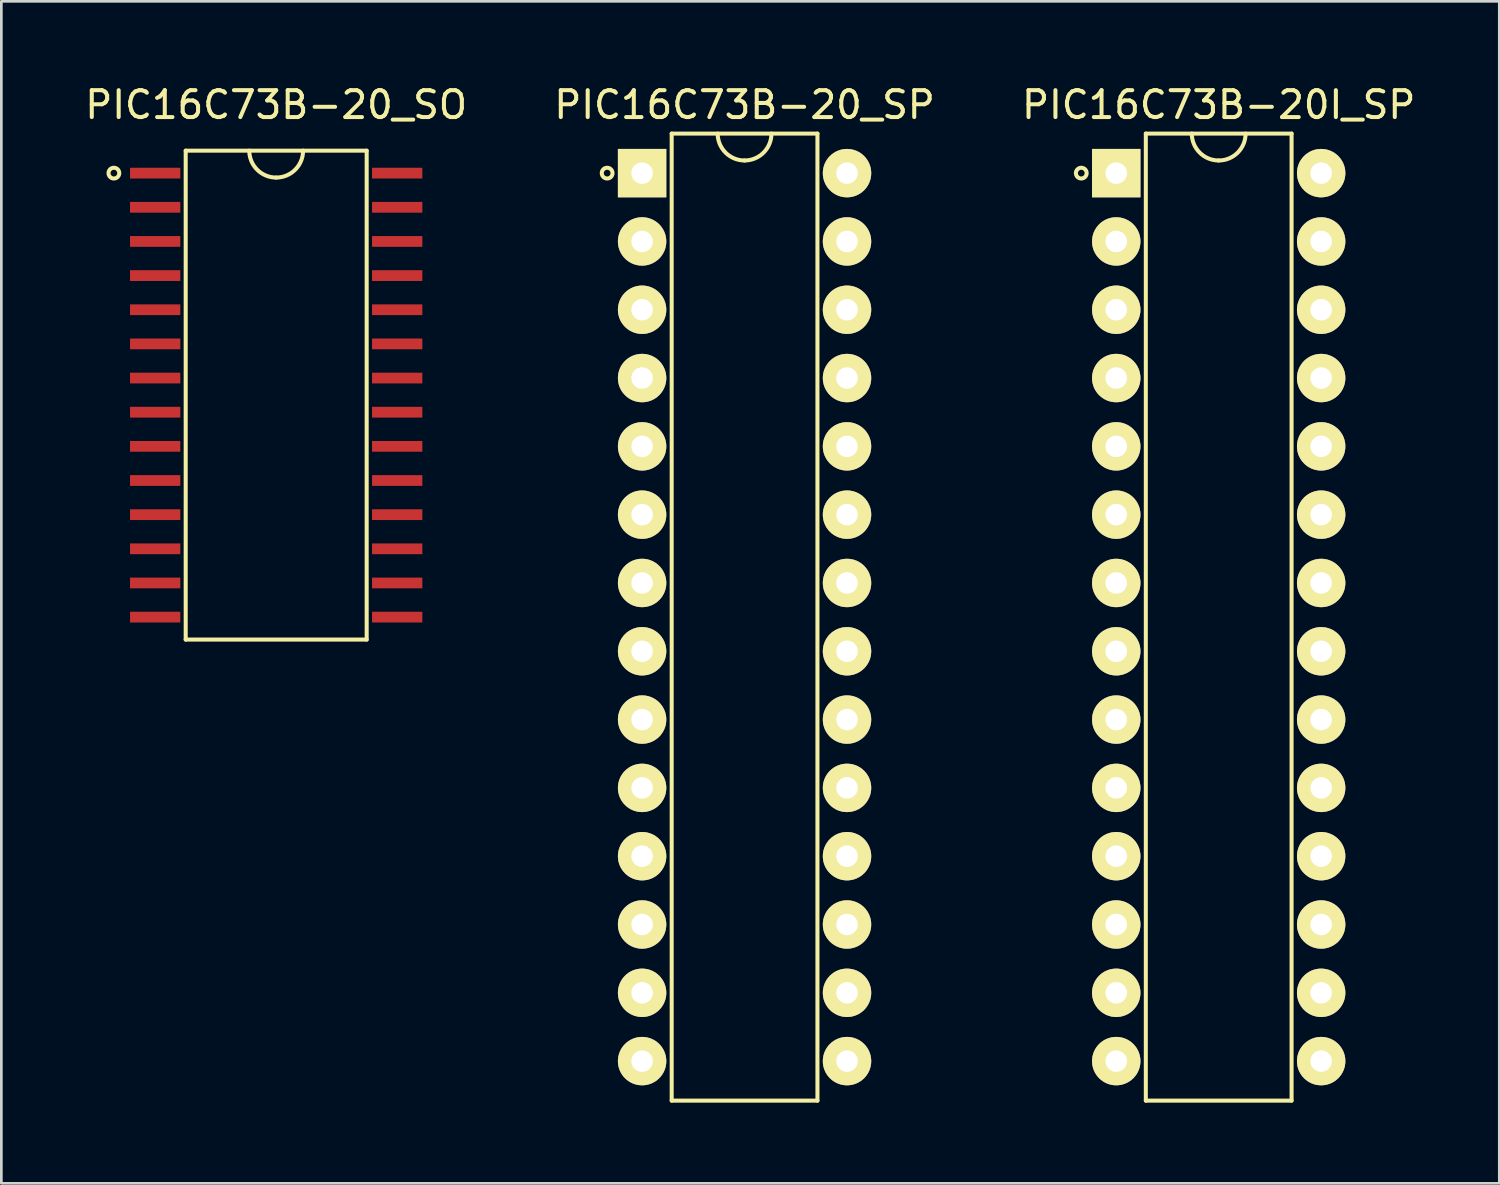
<source format=kicad_pcb>
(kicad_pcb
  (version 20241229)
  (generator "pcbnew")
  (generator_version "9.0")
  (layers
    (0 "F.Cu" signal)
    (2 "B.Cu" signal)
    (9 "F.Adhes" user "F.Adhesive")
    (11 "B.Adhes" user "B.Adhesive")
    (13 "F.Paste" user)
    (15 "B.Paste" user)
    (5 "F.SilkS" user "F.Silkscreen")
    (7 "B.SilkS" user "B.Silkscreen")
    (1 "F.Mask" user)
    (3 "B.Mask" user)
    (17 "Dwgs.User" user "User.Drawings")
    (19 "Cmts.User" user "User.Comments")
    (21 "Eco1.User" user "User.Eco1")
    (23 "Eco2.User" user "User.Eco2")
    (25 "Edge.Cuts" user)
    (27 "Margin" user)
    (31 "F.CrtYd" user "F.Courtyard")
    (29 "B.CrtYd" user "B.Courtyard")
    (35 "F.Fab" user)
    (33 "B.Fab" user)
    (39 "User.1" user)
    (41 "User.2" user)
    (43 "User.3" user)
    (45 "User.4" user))
  (footprint "PIC16C73B-20I_SP"
    (layer "F.Cu")
    (at 38.458 3.388)
    (property "Reference" "PIC16C73B-20I_SP" (at 3.81 -2.54 0) (layer "F.SilkS") (effects (font (size 1 1) (thickness 0.15))))
    (attr through_hole)
    (fp_line (start 1.1 -1.47) (end 6.52 -1.47) (stroke (width 0.15) (type solid)) (layer "F.SilkS"))
    (fp_line (start 1.1 34.49) (end 1.1 -1.47) (stroke (width 0.15) (type solid)) (layer "F.SilkS"))
    (fp_line (start 6.52 -1.47) (end 6.52 34.49) (stroke (width 0.15) (type solid)) (layer "F.SilkS"))
    (fp_line (start 6.52 34.49) (end 1.1 34.49) (stroke (width 0.15) (type solid)) (layer "F.SilkS"))
    (fp_arc (start 3.81 -0.47) (mid 3.102893 -0.762893) (end 2.81 -1.47) (stroke (width 0.15) (type solid)) (layer "F.SilkS"))
    (fp_arc (start 4.81 -1.47) (mid 4.517107 -0.762893) (end 3.81 -0.47) (stroke (width 0.15) (type solid)) (layer "F.SilkS"))
    (fp_circle (center -1.3 0) (end -1.3 0.2) (stroke (width 0.15) (type solid)) (fill no) (layer "F.SilkS"))
    (pad "1" thru_hole rect (at 0 0) (size 1.8 1.8) (drill 0.8) (layers "*.Cu" "*.Mask" "F.SilkS"))
    (pad "2" thru_hole circle (at 0 2.54) (size 1.8 1.8) (drill 0.8) (layers "*.Cu" "*.Mask" "F.SilkS"))
    (pad "3" thru_hole circle (at 0 5.08) (size 1.8 1.8) (drill 0.8) (layers "*.Cu" "*.Mask" "F.SilkS"))
    (pad "4" thru_hole circle (at 0 7.62) (size 1.8 1.8) (drill 0.8) (layers "*.Cu" "*.Mask" "F.SilkS"))
    (pad "5" thru_hole circle (at 0 10.16) (size 1.8 1.8) (drill 0.8) (layers "*.Cu" "*.Mask" "F.SilkS"))
    (pad "6" thru_hole circle (at 0 12.7) (size 1.8 1.8) (drill 0.8) (layers "*.Cu" "*.Mask" "F.SilkS"))
    (pad "7" thru_hole circle (at 0 15.24) (size 1.8 1.8) (drill 0.8) (layers "*.Cu" "*.Mask" "F.SilkS"))
    (pad "8" thru_hole circle (at 0 17.78) (size 1.8 1.8) (drill 0.8) (layers "*.Cu" "*.Mask" "F.SilkS"))
    (pad "9" thru_hole circle (at 0 20.32) (size 1.8 1.8) (drill 0.8) (layers "*.Cu" "*.Mask" "F.SilkS"))
    (pad "10" thru_hole circle (at 0 22.86) (size 1.8 1.8) (drill 0.8) (layers "*.Cu" "*.Mask" "F.SilkS"))
    (pad "11" thru_hole circle (at 0 25.4) (size 1.8 1.8) (drill 0.8) (layers "*.Cu" "*.Mask" "F.SilkS"))
    (pad "12" thru_hole circle (at 0 27.94) (size 1.8 1.8) (drill 0.8) (layers "*.Cu" "*.Mask" "F.SilkS"))
    (pad "13" thru_hole circle (at 0 30.48) (size 1.8 1.8) (drill 0.8) (layers "*.Cu" "*.Mask" "F.SilkS"))
    (pad "14" thru_hole circle (at 0 33.02) (size 1.8 1.8) (drill 0.8) (layers "*.Cu" "*.Mask" "F.SilkS"))
    (pad "15" thru_hole circle (at 7.62 33.02) (size 1.8 1.8) (drill 0.8) (layers "*.Cu" "*.Mask" "F.SilkS"))
    (pad "16" thru_hole circle (at 7.62 30.48) (size 1.8 1.8) (drill 0.8) (layers "*.Cu" "*.Mask" "F.SilkS"))
    (pad "17" thru_hole circle (at 7.62 27.94) (size 1.8 1.8) (drill 0.8) (layers "*.Cu" "*.Mask" "F.SilkS"))
    (pad "18" thru_hole circle (at 7.62 25.4) (size 1.8 1.8) (drill 0.8) (layers "*.Cu" "*.Mask" "F.SilkS"))
    (pad "19" thru_hole circle (at 7.62 22.86) (size 1.8 1.8) (drill 0.8) (layers "*.Cu" "*.Mask" "F.SilkS"))
    (pad "20" thru_hole circle (at 7.62 20.32) (size 1.8 1.8) (drill 0.8) (layers "*.Cu" "*.Mask" "F.SilkS"))
    (pad "21" thru_hole circle (at 7.62 17.78) (size 1.8 1.8) (drill 0.8) (layers "*.Cu" "*.Mask" "F.SilkS"))
    (pad "22" thru_hole circle (at 7.62 15.24) (size 1.8 1.8) (drill 0.8) (layers "*.Cu" "*.Mask" "F.SilkS"))
    (pad "23" thru_hole circle (at 7.62 12.7) (size 1.8 1.8) (drill 0.8) (layers "*.Cu" "*.Mask" "F.SilkS"))
    (pad "24" thru_hole circle (at 7.62 10.16) (size 1.8 1.8) (drill 0.8) (layers "*.Cu" "*.Mask" "F.SilkS"))
    (pad "25" thru_hole circle (at 7.62 7.62) (size 1.8 1.8) (drill 0.8) (layers "*.Cu" "*.Mask" "F.SilkS"))
    (pad "26" thru_hole circle (at 7.62 5.08) (size 1.8 1.8) (drill 0.8) (layers "*.Cu" "*.Mask" "F.SilkS"))
    (pad "27" thru_hole circle (at 7.62 2.54) (size 1.8 1.8) (drill 0.8) (layers "*.Cu" "*.Mask" "F.SilkS"))
    (pad "28" thru_hole circle (at 7.62 0) (size 1.8 1.8) (drill 0.8) (layers "*.Cu" "*.Mask" "F.SilkS")))
  (footprint "PIC16C73B-20_SO"
    (layer "F.Cu")
    (at 2.72 3.388)
    (property "Reference" "PIC16C73B-20_SO" (at 4.5 -2.54 0) (layer "F.SilkS") (effects (font (size 1 1) (thickness 0.15))))
    (attr through_hole)
    (fp_line (start 1.135 -0.835) (end 7.865 -0.835) (stroke (width 0.15) (type solid)) (layer "F.SilkS"))
    (fp_line (start 1.135 17.345) (end 1.135 -0.835) (stroke (width 0.15) (type solid)) (layer "F.SilkS"))
    (fp_line (start 7.865 -0.835) (end 7.865 17.345) (stroke (width 0.15) (type solid)) (layer "F.SilkS"))
    (fp_line (start 7.865 17.345) (end 1.135 17.345) (stroke (width 0.15) (type solid)) (layer "F.SilkS"))
    (fp_arc (start 4.5 0.165) (mid 3.792893 -0.127893) (end 3.5 -0.835) (stroke (width 0.15) (type solid)) (layer "F.SilkS"))
    (fp_arc (start 5.5 -0.835) (mid 5.207107 -0.127893) (end 4.5 0.165) (stroke (width 0.15) (type solid)) (layer "F.SilkS"))
    (fp_circle (center -1.535 0) (end -1.535 0.2) (stroke (width 0.15) (type solid)) (fill no) (layer "F.SilkS"))
    (pad "1" smd rect (at 0 0) (size 1.87 0.4) (layers "F.Cu" "F.Mask" "F.Paste"))
    (pad "2" smd rect (at 0 1.27) (size 1.87 0.4) (layers "F.Cu" "F.Mask" "F.Paste"))
    (pad "3" smd rect (at 0 2.54) (size 1.87 0.4) (layers "F.Cu" "F.Mask" "F.Paste"))
    (pad "4" smd rect (at 0 3.81) (size 1.87 0.4) (layers "F.Cu" "F.Mask" "F.Paste"))
    (pad "5" smd rect (at 0 5.08) (size 1.87 0.4) (layers "F.Cu" "F.Mask" "F.Paste"))
    (pad "6" smd rect (at 0 6.35) (size 1.87 0.4) (layers "F.Cu" "F.Mask" "F.Paste"))
    (pad "7" smd rect (at 0 7.62) (size 1.87 0.4) (layers "F.Cu" "F.Mask" "F.Paste"))
    (pad "8" smd rect (at 0 8.89) (size 1.87 0.4) (layers "F.Cu" "F.Mask" "F.Paste"))
    (pad "9" smd rect (at 0 10.16) (size 1.87 0.4) (layers "F.Cu" "F.Mask" "F.Paste"))
    (pad "10" smd rect (at 0 11.43) (size 1.87 0.4) (layers "F.Cu" "F.Mask" "F.Paste"))
    (pad "11" smd rect (at 0 12.7) (size 1.87 0.4) (layers "F.Cu" "F.Mask" "F.Paste"))
    (pad "12" smd rect (at 0 13.97) (size 1.87 0.4) (layers "F.Cu" "F.Mask" "F.Paste"))
    (pad "13" smd rect (at 0 15.24) (size 1.87 0.4) (layers "F.Cu" "F.Mask" "F.Paste"))
    (pad "14" smd rect (at 0 16.51) (size 1.87 0.4) (layers "F.Cu" "F.Mask" "F.Paste"))
    (pad "15" smd rect (at 9 16.51) (size 1.87 0.4) (layers "F.Cu" "F.Mask" "F.Paste"))
    (pad "16" smd rect (at 9 15.24) (size 1.87 0.4) (layers "F.Cu" "F.Mask" "F.Paste"))
    (pad "17" smd rect (at 9 13.97) (size 1.87 0.4) (layers "F.Cu" "F.Mask" "F.Paste"))
    (pad "18" smd rect (at 9 12.7) (size 1.87 0.4) (layers "F.Cu" "F.Mask" "F.Paste"))
    (pad "19" smd rect (at 9 11.43) (size 1.87 0.4) (layers "F.Cu" "F.Mask" "F.Paste"))
    (pad "20" smd rect (at 9 10.16) (size 1.87 0.4) (layers "F.Cu" "F.Mask" "F.Paste"))
    (pad "21" smd rect (at 9 8.89) (size 1.87 0.4) (layers "F.Cu" "F.Mask" "F.Paste"))
    (pad "22" smd rect (at 9 7.62) (size 1.87 0.4) (layers "F.Cu" "F.Mask" "F.Paste"))
    (pad "23" smd rect (at 9 6.35) (size 1.87 0.4) (layers "F.Cu" "F.Mask" "F.Paste"))
    (pad "24" smd rect (at 9 5.08) (size 1.87 0.4) (layers "F.Cu" "F.Mask" "F.Paste"))
    (pad "25" smd rect (at 9 3.81) (size 1.87 0.4) (layers "F.Cu" "F.Mask" "F.Paste"))
    (pad "26" smd rect (at 9 2.54) (size 1.87 0.4) (layers "F.Cu" "F.Mask" "F.Paste"))
    (pad "27" smd rect (at 9 1.27) (size 1.87 0.4) (layers "F.Cu" "F.Mask" "F.Paste"))
    (pad "28" smd rect (at 9 0) (size 1.87 0.4) (layers "F.Cu" "F.Mask" "F.Paste")))
  (footprint "PIC16C73B-20_SP"
    (layer "F.Cu")
    (at 20.827 3.388)
    (property "Reference" "PIC16C73B-20_SP" (at 3.81 -2.54 0) (layer "F.SilkS") (effects (font (size 1 1) (thickness 0.15))))
    (attr through_hole)
    (fp_line (start 1.1 -1.47) (end 6.52 -1.47) (stroke (width 0.15) (type solid)) (layer "F.SilkS"))
    (fp_line (start 1.1 34.49) (end 1.1 -1.47) (stroke (width 0.15) (type solid)) (layer "F.SilkS"))
    (fp_line (start 6.52 -1.47) (end 6.52 34.49) (stroke (width 0.15) (type solid)) (layer "F.SilkS"))
    (fp_line (start 6.52 34.49) (end 1.1 34.49) (stroke (width 0.15) (type solid)) (layer "F.SilkS"))
    (fp_arc (start 3.81 -0.47) (mid 3.102893 -0.762893) (end 2.81 -1.47) (stroke (width 0.15) (type solid)) (layer "F.SilkS"))
    (fp_arc (start 4.81 -1.47) (mid 4.517107 -0.762893) (end 3.81 -0.47) (stroke (width 0.15) (type solid)) (layer "F.SilkS"))
    (fp_circle (center -1.3 0) (end -1.3 0.2) (stroke (width 0.15) (type solid)) (fill no) (layer "F.SilkS"))
    (pad "1" thru_hole rect (at 0 0) (size 1.8 1.8) (drill 0.8) (layers "*.Cu" "*.Mask" "F.SilkS"))
    (pad "2" thru_hole circle (at 0 2.54) (size 1.8 1.8) (drill 0.8) (layers "*.Cu" "*.Mask" "F.SilkS"))
    (pad "3" thru_hole circle (at 0 5.08) (size 1.8 1.8) (drill 0.8) (layers "*.Cu" "*.Mask" "F.SilkS"))
    (pad "4" thru_hole circle (at 0 7.62) (size 1.8 1.8) (drill 0.8) (layers "*.Cu" "*.Mask" "F.SilkS"))
    (pad "5" thru_hole circle (at 0 10.16) (size 1.8 1.8) (drill 0.8) (layers "*.Cu" "*.Mask" "F.SilkS"))
    (pad "6" thru_hole circle (at 0 12.7) (size 1.8 1.8) (drill 0.8) (layers "*.Cu" "*.Mask" "F.SilkS"))
    (pad "7" thru_hole circle (at 0 15.24) (size 1.8 1.8) (drill 0.8) (layers "*.Cu" "*.Mask" "F.SilkS"))
    (pad "8" thru_hole circle (at 0 17.78) (size 1.8 1.8) (drill 0.8) (layers "*.Cu" "*.Mask" "F.SilkS"))
    (pad "9" thru_hole circle (at 0 20.32) (size 1.8 1.8) (drill 0.8) (layers "*.Cu" "*.Mask" "F.SilkS"))
    (pad "10" thru_hole circle (at 0 22.86) (size 1.8 1.8) (drill 0.8) (layers "*.Cu" "*.Mask" "F.SilkS"))
    (pad "11" thru_hole circle (at 0 25.4) (size 1.8 1.8) (drill 0.8) (layers "*.Cu" "*.Mask" "F.SilkS"))
    (pad "12" thru_hole circle (at 0 27.94) (size 1.8 1.8) (drill 0.8) (layers "*.Cu" "*.Mask" "F.SilkS"))
    (pad "13" thru_hole circle (at 0 30.48) (size 1.8 1.8) (drill 0.8) (layers "*.Cu" "*.Mask" "F.SilkS"))
    (pad "14" thru_hole circle (at 0 33.02) (size 1.8 1.8) (drill 0.8) (layers "*.Cu" "*.Mask" "F.SilkS"))
    (pad "15" thru_hole circle (at 7.62 33.02) (size 1.8 1.8) (drill 0.8) (layers "*.Cu" "*.Mask" "F.SilkS"))
    (pad "16" thru_hole circle (at 7.62 30.48) (size 1.8 1.8) (drill 0.8) (layers "*.Cu" "*.Mask" "F.SilkS"))
    (pad "17" thru_hole circle (at 7.62 27.94) (size 1.8 1.8) (drill 0.8) (layers "*.Cu" "*.Mask" "F.SilkS"))
    (pad "18" thru_hole circle (at 7.62 25.4) (size 1.8 1.8) (drill 0.8) (layers "*.Cu" "*.Mask" "F.SilkS"))
    (pad "19" thru_hole circle (at 7.62 22.86) (size 1.8 1.8) (drill 0.8) (layers "*.Cu" "*.Mask" "F.SilkS"))
    (pad "20" thru_hole circle (at 7.62 20.32) (size 1.8 1.8) (drill 0.8) (layers "*.Cu" "*.Mask" "F.SilkS"))
    (pad "21" thru_hole circle (at 7.62 17.78) (size 1.8 1.8) (drill 0.8) (layers "*.Cu" "*.Mask" "F.SilkS"))
    (pad "22" thru_hole circle (at 7.62 15.24) (size 1.8 1.8) (drill 0.8) (layers "*.Cu" "*.Mask" "F.SilkS"))
    (pad "23" thru_hole circle (at 7.62 12.7) (size 1.8 1.8) (drill 0.8) (layers "*.Cu" "*.Mask" "F.SilkS"))
    (pad "24" thru_hole circle (at 7.62 10.16) (size 1.8 1.8) (drill 0.8) (layers "*.Cu" "*.Mask" "F.SilkS"))
    (pad "25" thru_hole circle (at 7.62 7.62) (size 1.8 1.8) (drill 0.8) (layers "*.Cu" "*.Mask" "F.SilkS"))
    (pad "26" thru_hole circle (at 7.62 5.08) (size 1.8 1.8) (drill 0.8) (layers "*.Cu" "*.Mask" "F.SilkS"))
    (pad "27" thru_hole circle (at 7.62 2.54) (size 1.8 1.8) (drill 0.8) (layers "*.Cu" "*.Mask" "F.SilkS"))
    (pad "28" thru_hole circle (at 7.62 0) (size 1.8 1.8) (drill 0.8) (layers "*.Cu" "*.Mask" "F.SilkS")))
  (gr_rect
    (start -3 -3)
    (end 52.702 40.953)
    (stroke (width 0.1) (type default))
    (fill no)
    (layer "Edge.Cuts")))
</source>
